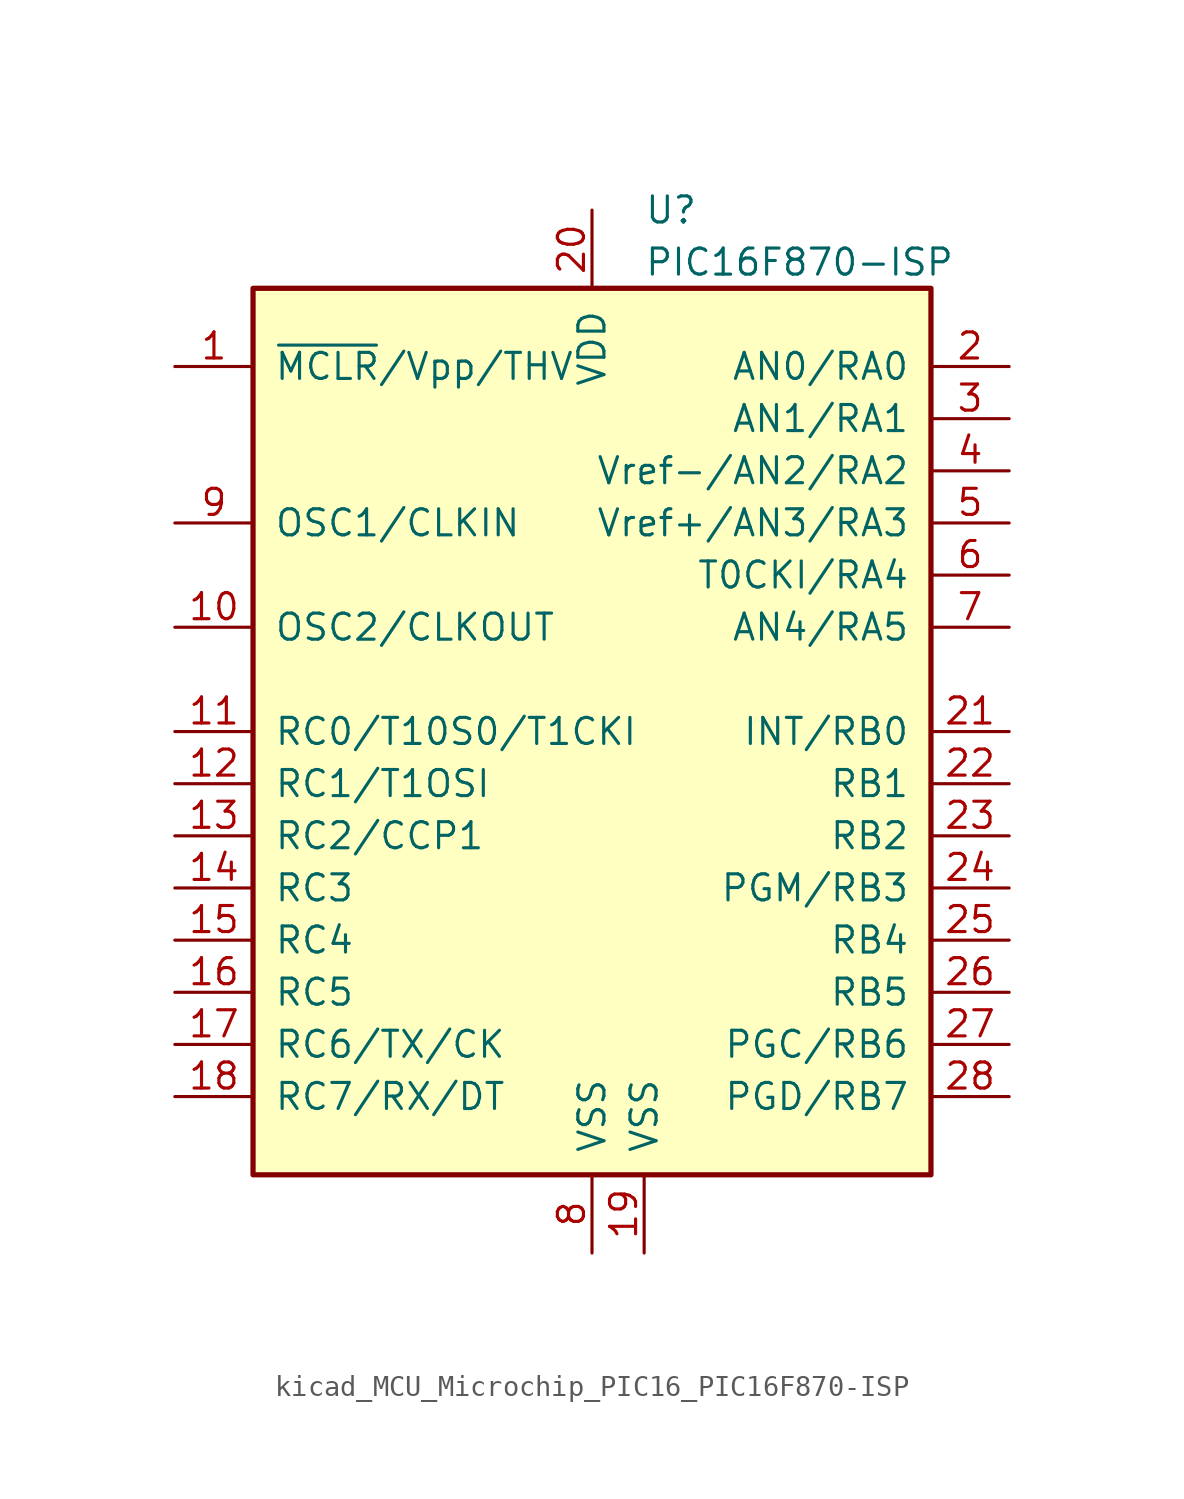
<source format=kicad_sym>
(kicad_symbol_lib
  (version 20220914)
  (generator kicad_symbol_editor)
  (symbol "kicad_MCU_Microchip_PIC16_PIC16F870-ISP"
    (pin_names
      (offset 1.016))
    (property "Reference" "U"
      (at 2.54 25.4 0)
      (effects (font (size 1.27 1.27)) (justify left)))
    (property "Value" "PIC16F870-ISP"
      (at 2.54 22.86 0)
      (effects (font (size 1.27 1.27)) (justify left)))
    (symbol "kicad_MCU_Microchip_PIC16_PIC16F870-ISP_0_1"
      (rectangle (start -16.51 -21.59) (end 16.51 21.59) (stroke (width 0.254) (type default)) (fill (type background))))
    (symbol "kicad_MCU_Microchip_PIC16_PIC16F870-ISP_1_1"
      (pin input line (at -20.32 17.78 0) (length 3.81) (name "~{MCLR}/Vpp/THV" (effects (font (size 1.27 1.27)))) (number "1" (effects (font (size 1.27 1.27)))))
      (pin output line (at -20.32 5.08 0) (length 3.81) (name "OSC2/CLKOUT" (effects (font (size 1.27 1.27)))) (number "10" (effects (font (size 1.27 1.27)))))
      (pin bidirectional line (at -20.32 0 0) (length 3.81) (name "RC0/T10S0/T1CKI" (effects (font (size 1.27 1.27)))) (number "11" (effects (font (size 1.27 1.27)))))
      (pin bidirectional line (at -20.32 -2.54 0) (length 3.81) (name "RC1/T1OSI" (effects (font (size 1.27 1.27)))) (number "12" (effects (font (size 1.27 1.27)))))
      (pin bidirectional line (at -20.32 -5.08 0) (length 3.81) (name "RC2/CCP1" (effects (font (size 1.27 1.27)))) (number "13" (effects (font (size 1.27 1.27)))))
      (pin bidirectional line (at -20.32 -7.62 0) (length 3.81) (name "RC3" (effects (font (size 1.27 1.27)))) (number "14" (effects (font (size 1.27 1.27)))))
      (pin bidirectional line (at -20.32 -10.16 0) (length 3.81) (name "RC4" (effects (font (size 1.27 1.27)))) (number "15" (effects (font (size 1.27 1.27)))))
      (pin bidirectional line (at -20.32 -12.7 0) (length 3.81) (name "RC5" (effects (font (size 1.27 1.27)))) (number "16" (effects (font (size 1.27 1.27)))))
      (pin bidirectional line (at -20.32 -15.24 0) (length 3.81) (name "RC6/TX/CK" (effects (font (size 1.27 1.27)))) (number "17" (effects (font (size 1.27 1.27)))))
      (pin bidirectional line (at -20.32 -17.78 0) (length 3.81) (name "RC7/RX/DT" (effects (font (size 1.27 1.27)))) (number "18" (effects (font (size 1.27 1.27)))))
      (pin power_in line (at 2.54 -25.4 90) (length 3.81) (name "VSS" (effects (font (size 1.27 1.27)))) (number "19" (effects (font (size 1.27 1.27)))))
      (pin bidirectional line (at 20.32 17.78 180) (length 3.81) (name "AN0/RA0" (effects (font (size 1.27 1.27)))) (number "2" (effects (font (size 1.27 1.27)))))
      (pin power_in line (at 0 25.4 270) (length 3.81) (name "VDD" (effects (font (size 1.27 1.27)))) (number "20" (effects (font (size 1.27 1.27)))))
      (pin bidirectional line (at 20.32 0 180) (length 3.81) (name "INT/RB0" (effects (font (size 1.27 1.27)))) (number "21" (effects (font (size 1.27 1.27)))))
      (pin bidirectional line (at 20.32 -2.54 180) (length 3.81) (name "RB1" (effects (font (size 1.27 1.27)))) (number "22" (effects (font (size 1.27 1.27)))))
      (pin bidirectional line (at 20.32 -5.08 180) (length 3.81) (name "RB2" (effects (font (size 1.27 1.27)))) (number "23" (effects (font (size 1.27 1.27)))))
      (pin bidirectional line (at 20.32 -7.62 180) (length 3.81) (name "PGM/RB3" (effects (font (size 1.27 1.27)))) (number "24" (effects (font (size 1.27 1.27)))))
      (pin bidirectional line (at 20.32 -10.16 180) (length 3.81) (name "RB4" (effects (font (size 1.27 1.27)))) (number "25" (effects (font (size 1.27 1.27)))))
      (pin bidirectional line (at 20.32 -12.7 180) (length 3.81) (name "RB5" (effects (font (size 1.27 1.27)))) (number "26" (effects (font (size 1.27 1.27)))))
      (pin bidirectional line (at 20.32 -15.24 180) (length 3.81) (name "PGC/RB6" (effects (font (size 1.27 1.27)))) (number "27" (effects (font (size 1.27 1.27)))))
      (pin bidirectional line (at 20.32 -17.78 180) (length 3.81) (name "PGD/RB7" (effects (font (size 1.27 1.27)))) (number "28" (effects (font (size 1.27 1.27)))))
      (pin bidirectional line (at 20.32 15.24 180) (length 3.81) (name "AN1/RA1" (effects (font (size 1.27 1.27)))) (number "3" (effects (font (size 1.27 1.27)))))
      (pin bidirectional line (at 20.32 12.7 180) (length 3.81) (name "Vref-/AN2/RA2" (effects (font (size 1.27 1.27)))) (number "4" (effects (font (size 1.27 1.27)))))
      (pin bidirectional line (at 20.32 10.16 180) (length 3.81) (name "Vref+/AN3/RA3" (effects (font (size 1.27 1.27)))) (number "5" (effects (font (size 1.27 1.27)))))
      (pin bidirectional line (at 20.32 7.62 180) (length 3.81) (name "T0CKI/RA4" (effects (font (size 1.27 1.27)))) (number "6" (effects (font (size 1.27 1.27)))))
      (pin bidirectional line (at 20.32 5.08 180) (length 3.81) (name "AN4/RA5" (effects (font (size 1.27 1.27)))) (number "7" (effects (font (size 1.27 1.27)))))
      (pin power_in line (at 0 -25.4 90) (length 3.81) (name "VSS" (effects (font (size 1.27 1.27)))) (number "8" (effects (font (size 1.27 1.27)))))
      (pin input line (at -20.32 10.16 0) (length 3.81) (name "OSC1/CLKIN" (effects (font (size 1.27 1.27)))) (number "9" (effects (font (size 1.27 1.27))))))))
</source>
